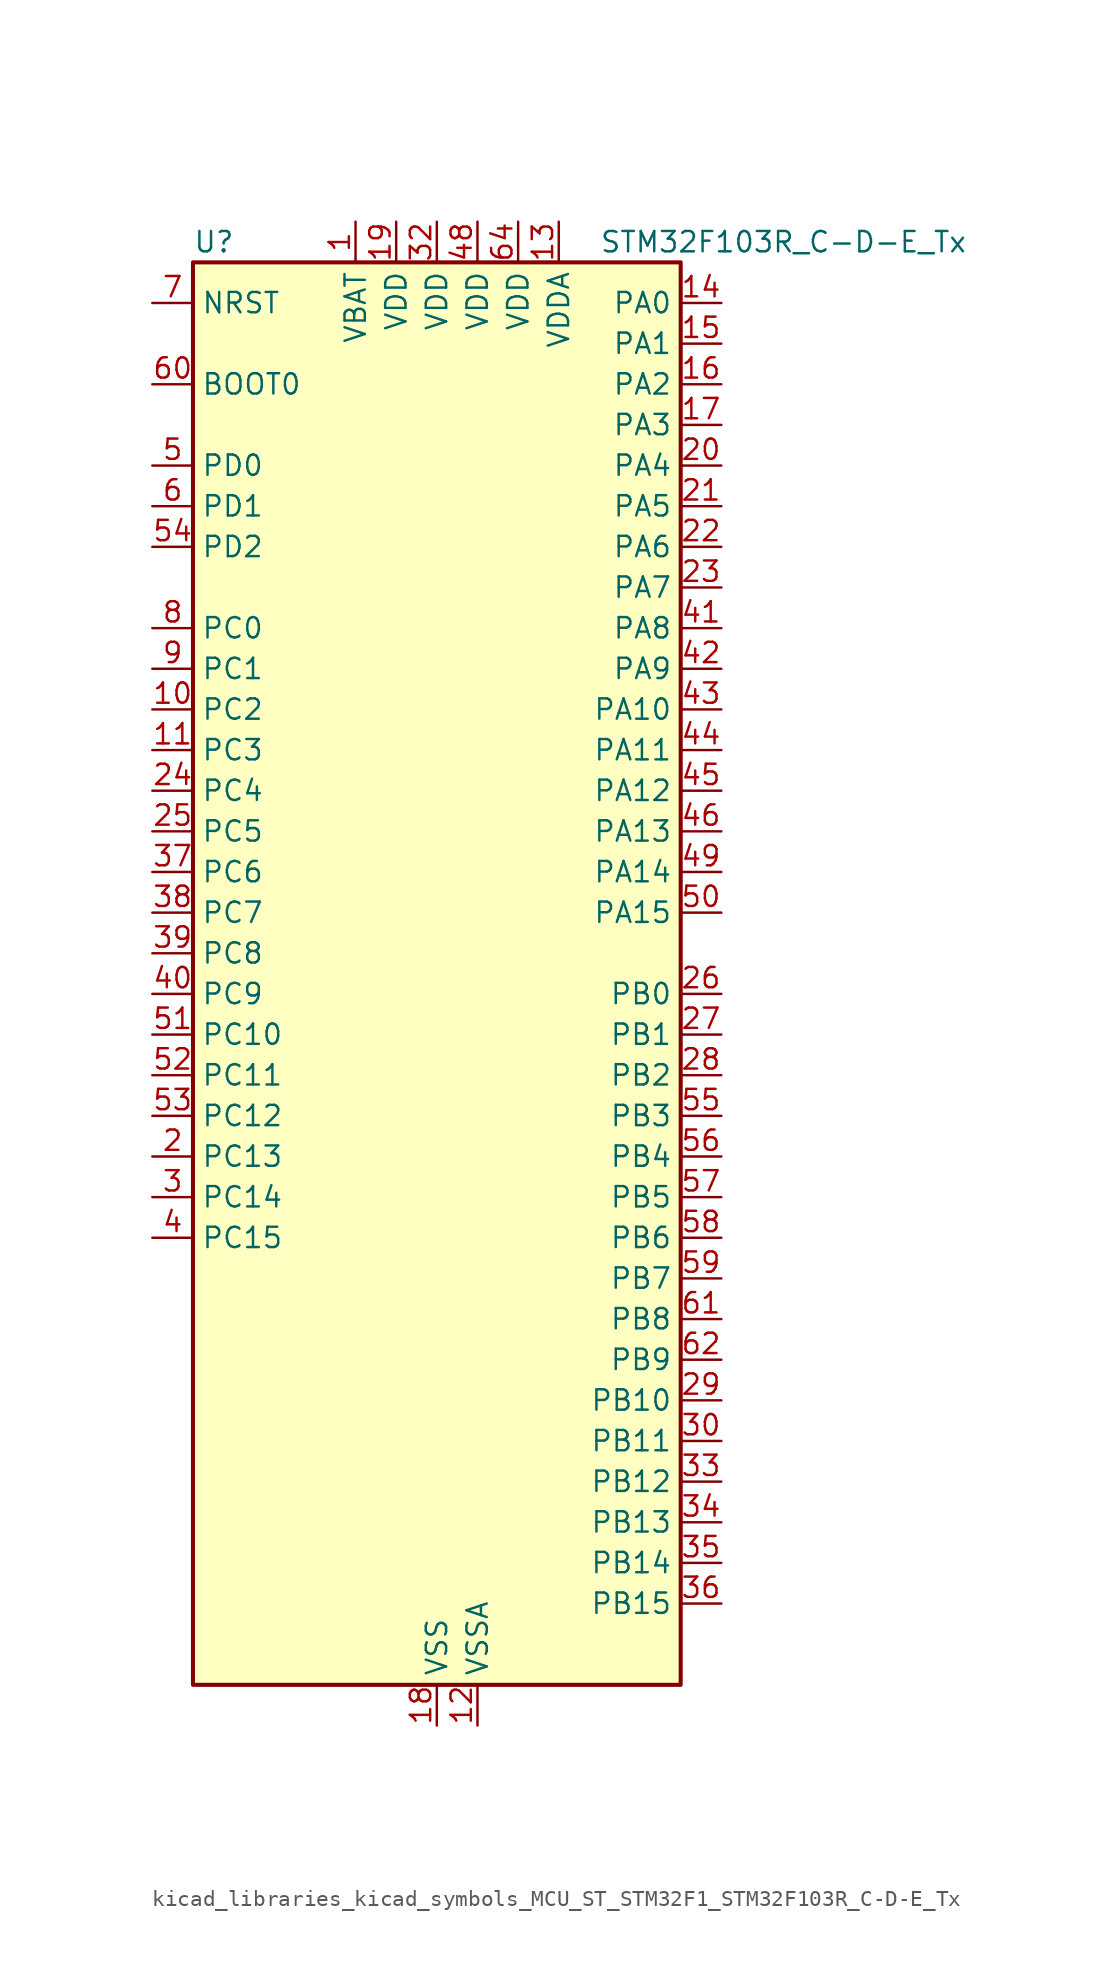
<source format=kicad_sym>
(kicad_symbol_lib
  (version 20220914)
  (generator kicad_symbol_editor)
  (symbol "kicad_libraries_kicad_symbols_MCU_ST_STM32F1_STM32F103R_C-D-E_Tx"
    (property "Reference" "U"
      (at -15.24 46.99 0)
      (effects (font (size 1.27 1.27)) (justify left)))
    (property "Value" "STM32F103R_C-D-E_Tx"
      (at 10.16 46.99 0)
      (effects (font (size 1.27 1.27)) (justify left)))
    (property "ki_locked" ""
      (at 0 0 0)
      (effects (font (size 1.27 1.27))))
    (symbol "kicad_libraries_kicad_symbols_MCU_ST_STM32F1_STM32F103R_C-D-E_Tx_0_1"
      (rectangle (start -15.24 -43.18) (end 15.24 45.72) (stroke (width 0.254) (type default)) (fill (type background))))
    (symbol "kicad_libraries_kicad_symbols_MCU_ST_STM32F1_STM32F103R_C-D-E_Tx_1_1"
      (pin power_in line (at -5.08 48.26 270) (length 2.54) (name "VBAT" (effects (font (size 1.27 1.27)))) (number "1" (effects (font (size 1.27 1.27)))))
      (pin bidirectional line (at -17.78 17.78 0) (length 2.54) (name "PC2" (effects (font (size 1.27 1.27)))) (number "10" (effects (font (size 1.27 1.27)))) (alternate "ADC1_IN12" bidirectional line) (alternate "ADC2_IN12" bidirectional line) (alternate "ADC3_IN12" bidirectional line))
      (pin bidirectional line (at -17.78 15.24 0) (length 2.54) (name "PC3" (effects (font (size 1.27 1.27)))) (number "11" (effects (font (size 1.27 1.27)))) (alternate "ADC1_IN13" bidirectional line) (alternate "ADC2_IN13" bidirectional line) (alternate "ADC3_IN13" bidirectional line))
      (pin power_in line (at 2.54 -45.72 90) (length 2.54) (name "VSSA" (effects (font (size 1.27 1.27)))) (number "12" (effects (font (size 1.27 1.27)))))
      (pin power_in line (at 7.62 48.26 270) (length 2.54) (name "VDDA" (effects (font (size 1.27 1.27)))) (number "13" (effects (font (size 1.27 1.27)))))
      (pin bidirectional line (at 17.78 43.18 180) (length 2.54) (name "PA0" (effects (font (size 1.27 1.27)))) (number "14" (effects (font (size 1.27 1.27)))) (alternate "ADC1_IN0" bidirectional line) (alternate "ADC2_IN0" bidirectional line) (alternate "ADC3_IN0" bidirectional line) (alternate "SYS_WKUP" bidirectional line) (alternate "TIM2_CH1" bidirectional line) (alternate "TIM2_ETR" bidirectional line) (alternate "TIM5_CH1" bidirectional line) (alternate "TIM8_ETR" bidirectional line) (alternate "USART2_CTS" bidirectional line))
      (pin bidirectional line (at 17.78 40.64 180) (length 2.54) (name "PA1" (effects (font (size 1.27 1.27)))) (number "15" (effects (font (size 1.27 1.27)))) (alternate "ADC1_IN1" bidirectional line) (alternate "ADC2_IN1" bidirectional line) (alternate "ADC3_IN1" bidirectional line) (alternate "TIM2_CH2" bidirectional line) (alternate "TIM5_CH2" bidirectional line) (alternate "USART2_RTS" bidirectional line))
      (pin bidirectional line (at 17.78 38.1 180) (length 2.54) (name "PA2" (effects (font (size 1.27 1.27)))) (number "16" (effects (font (size 1.27 1.27)))) (alternate "ADC1_IN2" bidirectional line) (alternate "ADC2_IN2" bidirectional line) (alternate "ADC3_IN2" bidirectional line) (alternate "TIM2_CH3" bidirectional line) (alternate "TIM5_CH3" bidirectional line) (alternate "USART2_TX" bidirectional line))
      (pin bidirectional line (at 17.78 35.56 180) (length 2.54) (name "PA3" (effects (font (size 1.27 1.27)))) (number "17" (effects (font (size 1.27 1.27)))) (alternate "ADC1_IN3" bidirectional line) (alternate "ADC2_IN3" bidirectional line) (alternate "ADC3_IN3" bidirectional line) (alternate "TIM2_CH4" bidirectional line) (alternate "TIM5_CH4" bidirectional line) (alternate "USART2_RX" bidirectional line))
      (pin power_in line (at 0 -45.72 90) (length 2.54) (name "VSS" (effects (font (size 1.27 1.27)))) (number "18" (effects (font (size 1.27 1.27)))))
      (pin power_in line (at -2.54 48.26 270) (length 2.54) (name "VDD" (effects (font (size 1.27 1.27)))) (number "19" (effects (font (size 1.27 1.27)))))
      (pin bidirectional line (at -17.78 -10.16 0) (length 2.54) (name "PC13" (effects (font (size 1.27 1.27)))) (number "2" (effects (font (size 1.27 1.27)))) (alternate "RTC_OUT" bidirectional line) (alternate "RTC_TAMPER" bidirectional line))
      (pin bidirectional line (at 17.78 33.02 180) (length 2.54) (name "PA4" (effects (font (size 1.27 1.27)))) (number "20" (effects (font (size 1.27 1.27)))) (alternate "ADC1_IN4" bidirectional line) (alternate "ADC2_IN4" bidirectional line) (alternate "DAC_OUT1" bidirectional line) (alternate "SPI1_NSS" bidirectional line) (alternate "USART2_CK" bidirectional line))
      (pin bidirectional line (at 17.78 30.48 180) (length 2.54) (name "PA5" (effects (font (size 1.27 1.27)))) (number "21" (effects (font (size 1.27 1.27)))) (alternate "ADC1_IN5" bidirectional line) (alternate "ADC2_IN5" bidirectional line) (alternate "DAC_OUT2" bidirectional line) (alternate "SPI1_SCK" bidirectional line))
      (pin bidirectional line (at 17.78 27.94 180) (length 2.54) (name "PA6" (effects (font (size 1.27 1.27)))) (number "22" (effects (font (size 1.27 1.27)))) (alternate "ADC1_IN6" bidirectional line) (alternate "ADC2_IN6" bidirectional line) (alternate "SPI1_MISO" bidirectional line) (alternate "TIM1_BKIN" bidirectional line) (alternate "TIM3_CH1" bidirectional line) (alternate "TIM8_BKIN" bidirectional line))
      (pin bidirectional line (at 17.78 25.4 180) (length 2.54) (name "PA7" (effects (font (size 1.27 1.27)))) (number "23" (effects (font (size 1.27 1.27)))) (alternate "ADC1_IN7" bidirectional line) (alternate "ADC2_IN7" bidirectional line) (alternate "SPI1_MOSI" bidirectional line) (alternate "TIM1_CH1N" bidirectional line) (alternate "TIM3_CH2" bidirectional line) (alternate "TIM8_CH1N" bidirectional line))
      (pin bidirectional line (at -17.78 12.7 0) (length 2.54) (name "PC4" (effects (font (size 1.27 1.27)))) (number "24" (effects (font (size 1.27 1.27)))) (alternate "ADC1_IN14" bidirectional line) (alternate "ADC2_IN14" bidirectional line))
      (pin bidirectional line (at -17.78 10.16 0) (length 2.54) (name "PC5" (effects (font (size 1.27 1.27)))) (number "25" (effects (font (size 1.27 1.27)))) (alternate "ADC1_IN15" bidirectional line) (alternate "ADC2_IN15" bidirectional line))
      (pin bidirectional line (at 17.78 0 180) (length 2.54) (name "PB0" (effects (font (size 1.27 1.27)))) (number "26" (effects (font (size 1.27 1.27)))) (alternate "ADC1_IN8" bidirectional line) (alternate "ADC2_IN8" bidirectional line) (alternate "TIM1_CH2N" bidirectional line) (alternate "TIM3_CH3" bidirectional line) (alternate "TIM8_CH2N" bidirectional line))
      (pin bidirectional line (at 17.78 -2.54 180) (length 2.54) (name "PB1" (effects (font (size 1.27 1.27)))) (number "27" (effects (font (size 1.27 1.27)))) (alternate "ADC1_IN9" bidirectional line) (alternate "ADC2_IN9" bidirectional line) (alternate "TIM1_CH3N" bidirectional line) (alternate "TIM3_CH4" bidirectional line) (alternate "TIM8_CH3N" bidirectional line))
      (pin bidirectional line (at 17.78 -5.08 180) (length 2.54) (name "PB2" (effects (font (size 1.27 1.27)))) (number "28" (effects (font (size 1.27 1.27)))))
      (pin bidirectional line (at 17.78 -25.4 180) (length 2.54) (name "PB10" (effects (font (size 1.27 1.27)))) (number "29" (effects (font (size 1.27 1.27)))) (alternate "I2C2_SCL" bidirectional line) (alternate "TIM2_CH3" bidirectional line) (alternate "USART3_TX" bidirectional line))
      (pin bidirectional line (at -17.78 -12.7 0) (length 2.54) (name "PC14" (effects (font (size 1.27 1.27)))) (number "3" (effects (font (size 1.27 1.27)))) (alternate "RCC_OSC32_IN" bidirectional line))
      (pin bidirectional line (at 17.78 -27.94 180) (length 2.54) (name "PB11" (effects (font (size 1.27 1.27)))) (number "30" (effects (font (size 1.27 1.27)))) (alternate "ADC1_EXTI11" bidirectional line) (alternate "ADC2_EXTI11" bidirectional line) (alternate "I2C2_SDA" bidirectional line) (alternate "TIM2_CH4" bidirectional line) (alternate "USART3_RX" bidirectional line))
      (pin passive line (at 0 -45.72 90) (length 2.54) hide (name "VSS" (effects (font (size 1.27 1.27)))) (number "31" (effects (font (size 1.27 1.27)))))
      (pin power_in line (at 0 48.26 270) (length 2.54) (name "VDD" (effects (font (size 1.27 1.27)))) (number "32" (effects (font (size 1.27 1.27)))))
      (pin bidirectional line (at 17.78 -30.48 180) (length 2.54) (name "PB12" (effects (font (size 1.27 1.27)))) (number "33" (effects (font (size 1.27 1.27)))) (alternate "I2C2_SMBA" bidirectional line) (alternate "I2S2_WS" bidirectional line) (alternate "SPI2_NSS" bidirectional line) (alternate "TIM1_BKIN" bidirectional line) (alternate "USART3_CK" bidirectional line))
      (pin bidirectional line (at 17.78 -33.02 180) (length 2.54) (name "PB13" (effects (font (size 1.27 1.27)))) (number "34" (effects (font (size 1.27 1.27)))) (alternate "I2S2_CK" bidirectional line) (alternate "SPI2_SCK" bidirectional line) (alternate "TIM1_CH1N" bidirectional line) (alternate "USART3_CTS" bidirectional line))
      (pin bidirectional line (at 17.78 -35.56 180) (length 2.54) (name "PB14" (effects (font (size 1.27 1.27)))) (number "35" (effects (font (size 1.27 1.27)))) (alternate "SPI2_MISO" bidirectional line) (alternate "TIM1_CH2N" bidirectional line) (alternate "USART3_RTS" bidirectional line))
      (pin bidirectional line (at 17.78 -38.1 180) (length 2.54) (name "PB15" (effects (font (size 1.27 1.27)))) (number "36" (effects (font (size 1.27 1.27)))) (alternate "ADC1_EXTI15" bidirectional line) (alternate "ADC2_EXTI15" bidirectional line) (alternate "I2S2_SD" bidirectional line) (alternate "SPI2_MOSI" bidirectional line) (alternate "TIM1_CH3N" bidirectional line))
      (pin bidirectional line (at -17.78 7.62 0) (length 2.54) (name "PC6" (effects (font (size 1.27 1.27)))) (number "37" (effects (font (size 1.27 1.27)))) (alternate "I2S2_MCK" bidirectional line) (alternate "SDIO_D6" bidirectional line) (alternate "TIM3_CH1" bidirectional line) (alternate "TIM8_CH1" bidirectional line))
      (pin bidirectional line (at -17.78 5.08 0) (length 2.54) (name "PC7" (effects (font (size 1.27 1.27)))) (number "38" (effects (font (size 1.27 1.27)))) (alternate "I2S3_MCK" bidirectional line) (alternate "SDIO_D7" bidirectional line) (alternate "TIM3_CH2" bidirectional line) (alternate "TIM8_CH2" bidirectional line))
      (pin bidirectional line (at -17.78 2.54 0) (length 2.54) (name "PC8" (effects (font (size 1.27 1.27)))) (number "39" (effects (font (size 1.27 1.27)))) (alternate "SDIO_D0" bidirectional line) (alternate "TIM3_CH3" bidirectional line) (alternate "TIM8_CH3" bidirectional line))
      (pin bidirectional line (at -17.78 -15.24 0) (length 2.54) (name "PC15" (effects (font (size 1.27 1.27)))) (number "4" (effects (font (size 1.27 1.27)))) (alternate "ADC1_EXTI15" bidirectional line) (alternate "ADC2_EXTI15" bidirectional line) (alternate "RCC_OSC32_OUT" bidirectional line))
      (pin bidirectional line (at -17.78 0 0) (length 2.54) (name "PC9" (effects (font (size 1.27 1.27)))) (number "40" (effects (font (size 1.27 1.27)))) (alternate "DAC_EXTI9" bidirectional line) (alternate "SDIO_D1" bidirectional line) (alternate "TIM3_CH4" bidirectional line) (alternate "TIM8_CH4" bidirectional line))
      (pin bidirectional line (at 17.78 22.86 180) (length 2.54) (name "PA8" (effects (font (size 1.27 1.27)))) (number "41" (effects (font (size 1.27 1.27)))) (alternate "RCC_MCO" bidirectional line) (alternate "TIM1_CH1" bidirectional line) (alternate "USART1_CK" bidirectional line))
      (pin bidirectional line (at 17.78 20.32 180) (length 2.54) (name "PA9" (effects (font (size 1.27 1.27)))) (number "42" (effects (font (size 1.27 1.27)))) (alternate "DAC_EXTI9" bidirectional line) (alternate "TIM1_CH2" bidirectional line) (alternate "USART1_TX" bidirectional line))
      (pin bidirectional line (at 17.78 17.78 180) (length 2.54) (name "PA10" (effects (font (size 1.27 1.27)))) (number "43" (effects (font (size 1.27 1.27)))) (alternate "TIM1_CH3" bidirectional line) (alternate "USART1_RX" bidirectional line))
      (pin bidirectional line (at 17.78 15.24 180) (length 2.54) (name "PA11" (effects (font (size 1.27 1.27)))) (number "44" (effects (font (size 1.27 1.27)))) (alternate "ADC1_EXTI11" bidirectional line) (alternate "ADC2_EXTI11" bidirectional line) (alternate "CAN_RX" bidirectional line) (alternate "TIM1_CH4" bidirectional line) (alternate "USART1_CTS" bidirectional line) (alternate "USB_DM" bidirectional line))
      (pin bidirectional line (at 17.78 12.7 180) (length 2.54) (name "PA12" (effects (font (size 1.27 1.27)))) (number "45" (effects (font (size 1.27 1.27)))) (alternate "CAN_TX" bidirectional line) (alternate "TIM1_ETR" bidirectional line) (alternate "USART1_RTS" bidirectional line) (alternate "USB_DP" bidirectional line))
      (pin bidirectional line (at 17.78 10.16 180) (length 2.54) (name "PA13" (effects (font (size 1.27 1.27)))) (number "46" (effects (font (size 1.27 1.27)))) (alternate "SYS_JTMS-SWDIO" bidirectional line))
      (pin passive line (at 0 -45.72 90) (length 2.54) hide (name "VSS" (effects (font (size 1.27 1.27)))) (number "47" (effects (font (size 1.27 1.27)))))
      (pin power_in line (at 2.54 48.26 270) (length 2.54) (name "VDD" (effects (font (size 1.27 1.27)))) (number "48" (effects (font (size 1.27 1.27)))))
      (pin bidirectional line (at 17.78 7.62 180) (length 2.54) (name "PA14" (effects (font (size 1.27 1.27)))) (number "49" (effects (font (size 1.27 1.27)))) (alternate "SYS_JTCK-SWCLK" bidirectional line))
      (pin bidirectional line (at -17.78 33.02 0) (length 2.54) (name "PD0" (effects (font (size 1.27 1.27)))) (number "5" (effects (font (size 1.27 1.27)))) (alternate "RCC_OSC_IN" bidirectional line))
      (pin bidirectional line (at 17.78 5.08 180) (length 2.54) (name "PA15" (effects (font (size 1.27 1.27)))) (number "50" (effects (font (size 1.27 1.27)))) (alternate "ADC1_EXTI15" bidirectional line) (alternate "ADC2_EXTI15" bidirectional line) (alternate "I2S3_WS" bidirectional line) (alternate "SPI1_NSS" bidirectional line) (alternate "SPI3_NSS" bidirectional line) (alternate "SYS_JTDI" bidirectional line) (alternate "TIM2_CH1" bidirectional line) (alternate "TIM2_ETR" bidirectional line))
      (pin bidirectional line (at -17.78 -2.54 0) (length 2.54) (name "PC10" (effects (font (size 1.27 1.27)))) (number "51" (effects (font (size 1.27 1.27)))) (alternate "SDIO_D2" bidirectional line) (alternate "UART4_TX" bidirectional line) (alternate "USART3_TX" bidirectional line))
      (pin bidirectional line (at -17.78 -5.08 0) (length 2.54) (name "PC11" (effects (font (size 1.27 1.27)))) (number "52" (effects (font (size 1.27 1.27)))) (alternate "ADC1_EXTI11" bidirectional line) (alternate "ADC2_EXTI11" bidirectional line) (alternate "SDIO_D3" bidirectional line) (alternate "UART4_RX" bidirectional line) (alternate "USART3_RX" bidirectional line))
      (pin bidirectional line (at -17.78 -7.62 0) (length 2.54) (name "PC12" (effects (font (size 1.27 1.27)))) (number "53" (effects (font (size 1.27 1.27)))) (alternate "SDIO_CK" bidirectional line) (alternate "UART5_TX" bidirectional line) (alternate "USART3_CK" bidirectional line))
      (pin bidirectional line (at -17.78 27.94 0) (length 2.54) (name "PD2" (effects (font (size 1.27 1.27)))) (number "54" (effects (font (size 1.27 1.27)))) (alternate "SDIO_CMD" bidirectional line) (alternate "TIM3_ETR" bidirectional line) (alternate "UART5_RX" bidirectional line))
      (pin bidirectional line (at 17.78 -7.62 180) (length 2.54) (name "PB3" (effects (font (size 1.27 1.27)))) (number "55" (effects (font (size 1.27 1.27)))) (alternate "I2S3_CK" bidirectional line) (alternate "SPI1_SCK" bidirectional line) (alternate "SPI3_SCK" bidirectional line) (alternate "SYS_JTDO-TRACESWO" bidirectional line) (alternate "TIM2_CH2" bidirectional line))
      (pin bidirectional line (at 17.78 -10.16 180) (length 2.54) (name "PB4" (effects (font (size 1.27 1.27)))) (number "56" (effects (font (size 1.27 1.27)))) (alternate "SPI1_MISO" bidirectional line) (alternate "SPI3_MISO" bidirectional line) (alternate "SYS_NJTRST" bidirectional line) (alternate "TIM3_CH1" bidirectional line))
      (pin bidirectional line (at 17.78 -12.7 180) (length 2.54) (name "PB5" (effects (font (size 1.27 1.27)))) (number "57" (effects (font (size 1.27 1.27)))) (alternate "I2C1_SMBA" bidirectional line) (alternate "I2S3_SD" bidirectional line) (alternate "SPI1_MOSI" bidirectional line) (alternate "SPI3_MOSI" bidirectional line) (alternate "TIM3_CH2" bidirectional line))
      (pin bidirectional line (at 17.78 -15.24 180) (length 2.54) (name "PB6" (effects (font (size 1.27 1.27)))) (number "58" (effects (font (size 1.27 1.27)))) (alternate "I2C1_SCL" bidirectional line) (alternate "TIM4_CH1" bidirectional line) (alternate "USART1_TX" bidirectional line))
      (pin bidirectional line (at 17.78 -17.78 180) (length 2.54) (name "PB7" (effects (font (size 1.27 1.27)))) (number "59" (effects (font (size 1.27 1.27)))) (alternate "I2C1_SDA" bidirectional line) (alternate "TIM4_CH2" bidirectional line) (alternate "USART1_RX" bidirectional line))
      (pin bidirectional line (at -17.78 30.48 0) (length 2.54) (name "PD1" (effects (font (size 1.27 1.27)))) (number "6" (effects (font (size 1.27 1.27)))) (alternate "RCC_OSC_OUT" bidirectional line))
      (pin input line (at -17.78 38.1 0) (length 2.54) (name "BOOT0" (effects (font (size 1.27 1.27)))) (number "60" (effects (font (size 1.27 1.27)))))
      (pin bidirectional line (at 17.78 -20.32 180) (length 2.54) (name "PB8" (effects (font (size 1.27 1.27)))) (number "61" (effects (font (size 1.27 1.27)))) (alternate "CAN_RX" bidirectional line) (alternate "I2C1_SCL" bidirectional line) (alternate "SDIO_D4" bidirectional line) (alternate "TIM4_CH3" bidirectional line))
      (pin bidirectional line (at 17.78 -22.86 180) (length 2.54) (name "PB9" (effects (font (size 1.27 1.27)))) (number "62" (effects (font (size 1.27 1.27)))) (alternate "CAN_TX" bidirectional line) (alternate "DAC_EXTI9" bidirectional line) (alternate "I2C1_SDA" bidirectional line) (alternate "SDIO_D5" bidirectional line) (alternate "TIM4_CH4" bidirectional line))
      (pin passive line (at 0 -45.72 90) (length 2.54) hide (name "VSS" (effects (font (size 1.27 1.27)))) (number "63" (effects (font (size 1.27 1.27)))))
      (pin power_in line (at 5.08 48.26 270) (length 2.54) (name "VDD" (effects (font (size 1.27 1.27)))) (number "64" (effects (font (size 1.27 1.27)))))
      (pin input line (at -17.78 43.18 0) (length 2.54) (name "NRST" (effects (font (size 1.27 1.27)))) (number "7" (effects (font (size 1.27 1.27)))))
      (pin bidirectional line (at -17.78 22.86 0) (length 2.54) (name "PC0" (effects (font (size 1.27 1.27)))) (number "8" (effects (font (size 1.27 1.27)))) (alternate "ADC1_IN10" bidirectional line) (alternate "ADC2_IN10" bidirectional line) (alternate "ADC3_IN10" bidirectional line))
      (pin bidirectional line (at -17.78 20.32 0) (length 2.54) (name "PC1" (effects (font (size 1.27 1.27)))) (number "9" (effects (font (size 1.27 1.27)))) (alternate "ADC1_IN11" bidirectional line) (alternate "ADC2_IN11" bidirectional line) (alternate "ADC3_IN11" bidirectional line)))))
</source>
